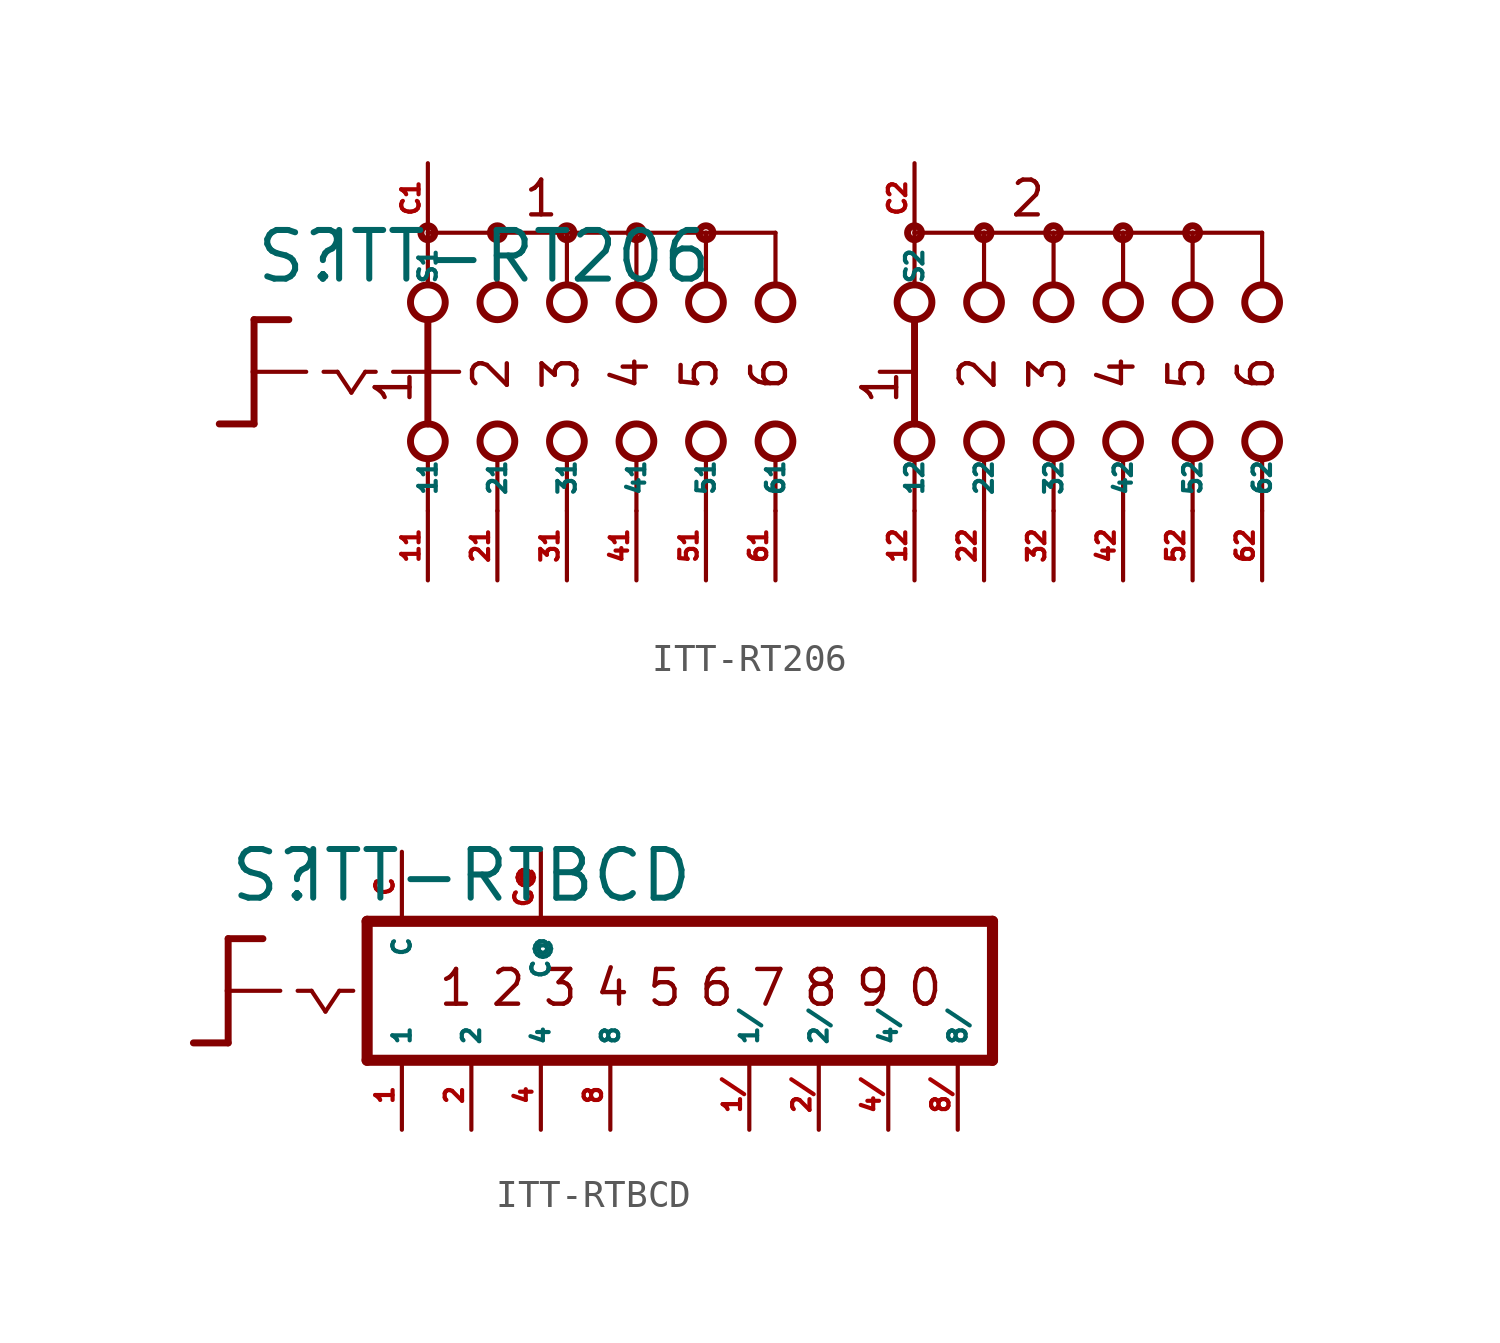
<source format=kicad_sym>
(kicad_symbol_lib
  (version 20220914)
  (generator Eagle2Kicad)
  (symbol "ITT-RT206"
    (property "Reference" "S"
      (at -19.05 3.175 0)
      (effects (font (size 1.778 1.778) (thickness 0.22)) (justify left bottom)))
    (property "Value" "ITT-RT206"
      (at -16.51 3.175 0)
      (effects (font (size 1.778 1.778) (thickness 0.22)) (justify left bottom)))
    (polyline
      (pts (xy -19.05 1.905) (xy -17.78 1.905))
      (stroke (width 0.254) (type default))
      (fill (type none)))
    (polyline
      (pts (xy -19.05 1.905) (xy -19.05 0))
      (stroke (width 0.254) (type default))
      (fill (type none)))
    (polyline
      (pts (xy -19.05 -1.905) (xy -20.32 -1.905))
      (stroke (width 0.254) (type default))
      (fill (type none)))
    (polyline
      (pts (xy -19.05 0) (xy -17.145 0))
      (stroke (width 0.152) (type default))
      (fill (type none)))
    (polyline
      (pts (xy -19.05 0) (xy -19.05 -1.905))
      (stroke (width 0.254) (type default))
      (fill (type none)))
    (polyline
      (pts (xy -16.51 0) (xy -16.002 0))
      (stroke (width 0.152) (type default))
      (fill (type none)))
    (polyline
      (pts (xy -14.986 0) (xy -14.605 0))
      (stroke (width 0.152) (type default))
      (fill (type none)))
    (polyline
      (pts (xy -16.002 0) (xy -15.494 -0.762))
      (stroke (width 0.152) (type default))
      (fill (type none)))
    (polyline
      (pts (xy -15.494 -0.762) (xy -14.986 0))
      (stroke (width 0.152) (type default))
      (fill (type none)))
    (polyline
      (pts (xy -10.16 3.175) (xy -10.16 5.08))
      (stroke (width 0.152) (type default))
      (fill (type none)))
    (polyline
      (pts (xy -7.62 3.175) (xy -7.62 5.08))
      (stroke (width 0.152) (type default))
      (fill (type none)))
    (polyline
      (pts (xy -5.08 3.175) (xy -5.08 5.08))
      (stroke (width 0.152) (type default))
      (fill (type none)))
    (polyline
      (pts (xy -7.62 5.08) (xy -10.16 5.08))
      (stroke (width 0.152) (type default))
      (fill (type none)))
    (polyline
      (pts (xy -7.62 5.08) (xy -5.08 5.08))
      (stroke (width 0.152) (type default))
      (fill (type none)))
    (polyline
      (pts (xy -2.54 3.175) (xy -2.54 5.08))
      (stroke (width 0.152) (type default))
      (fill (type none)))
    (polyline
      (pts (xy 0 3.175) (xy 0 5.08))
      (stroke (width 0.152) (type default))
      (fill (type none)))
    (polyline
      (pts (xy -5.08 5.08) (xy -2.54 5.08))
      (stroke (width 0.152) (type default))
      (fill (type none)))
    (polyline
      (pts (xy -2.54 5.08) (xy 0 5.08))
      (stroke (width 0.152) (type default))
      (fill (type none)))
    (polyline
      (pts (xy -12.7 5.08) (xy -12.7 3.175))
      (stroke (width 0.152) (type default))
      (fill (type none)))
    (polyline
      (pts (xy -10.16 5.08) (xy -12.7 5.08))
      (stroke (width 0.152) (type default))
      (fill (type none)))
    (polyline
      (pts (xy 5.08 3.175) (xy 5.08 5.08))
      (stroke (width 0.152) (type default))
      (fill (type none)))
    (polyline
      (pts (xy 5.08 -5.08) (xy 5.08 -3.175))
      (stroke (width 0.152) (type default))
      (fill (type none)))
    (polyline
      (pts (xy 7.62 3.175) (xy 7.62 5.08))
      (stroke (width 0.152) (type default))
      (fill (type none)))
    (polyline
      (pts (xy 10.16 3.175) (xy 10.16 5.08))
      (stroke (width 0.152) (type default))
      (fill (type none)))
    (polyline
      (pts (xy 12.7 3.175) (xy 12.7 5.08))
      (stroke (width 0.152) (type default))
      (fill (type none)))
    (polyline
      (pts (xy 15.24 3.175) (xy 15.24 5.08))
      (stroke (width 0.152) (type default))
      (fill (type none)))
    (polyline
      (pts (xy 17.78 3.175) (xy 17.78 5.08))
      (stroke (width 0.152) (type default))
      (fill (type none)))
    (polyline
      (pts (xy 5.08 5.08) (xy 7.62 5.08))
      (stroke (width 0.152) (type default))
      (fill (type none)))
    (polyline
      (pts (xy 7.62 5.08) (xy 10.16 5.08))
      (stroke (width 0.152) (type default))
      (fill (type none)))
    (polyline
      (pts (xy 10.16 5.08) (xy 12.7 5.08))
      (stroke (width 0.152) (type default))
      (fill (type none)))
    (polyline
      (pts (xy 12.7 5.08) (xy 15.24 5.08))
      (stroke (width 0.152) (type default))
      (fill (type none)))
    (polyline
      (pts (xy 15.24 5.08) (xy 17.78 5.08))
      (stroke (width 0.152) (type default))
      (fill (type none)))
    (polyline
      (pts (xy 7.62 -5.08) (xy 7.62 -3.175))
      (stroke (width 0.152) (type default))
      (fill (type none)))
    (polyline
      (pts (xy 10.16 -5.08) (xy 10.16 -3.175))
      (stroke (width 0.152) (type default))
      (fill (type none)))
    (polyline
      (pts (xy 12.7 -5.08) (xy 12.7 -3.175))
      (stroke (width 0.152) (type default))
      (fill (type none)))
    (polyline
      (pts (xy 15.24 -5.08) (xy 15.24 -3.175))
      (stroke (width 0.152) (type default))
      (fill (type none)))
    (polyline
      (pts (xy 17.78 -5.08) (xy 17.78 -3.175))
      (stroke (width 0.152) (type default))
      (fill (type none)))
    (polyline
      (pts (xy 5.08 1.905) (xy 5.08 -1.905))
      (stroke (width 0.254) (type default))
      (fill (type none)))
    (polyline
      (pts (xy 3.81 0) (xy 4.953 0))
      (stroke (width 0.152) (type default))
      (fill (type none)))
    (polyline
      (pts (xy -13.97 0) (xy -12.827 0))
      (stroke (width 0.152) (type default))
      (fill (type none)))
    (polyline
      (pts (xy -10.16 -5.08) (xy -10.16 -3.175))
      (stroke (width 0.152) (type default))
      (fill (type none)))
    (polyline
      (pts (xy -7.62 -5.08) (xy -7.62 -3.175))
      (stroke (width 0.152) (type default))
      (fill (type none)))
    (polyline
      (pts (xy -5.08 -5.08) (xy -5.08 -3.175))
      (stroke (width 0.152) (type default))
      (fill (type none)))
    (polyline
      (pts (xy -2.54 -5.08) (xy -2.54 -3.175))
      (stroke (width 0.152) (type default))
      (fill (type none)))
    (polyline
      (pts (xy 0 -5.08) (xy 0 -3.175))
      (stroke (width 0.152) (type default))
      (fill (type none)))
    (polyline
      (pts (xy -12.7 1.905) (xy -12.7 0))
      (stroke (width 0.254) (type default))
      (fill (type none)))
    (polyline
      (pts (xy -12.7 -3.175) (xy -12.7 -5.08))
      (stroke (width 0.152) (type default))
      (fill (type none)))
    (polyline
      (pts (xy -12.7 0) (xy -11.557 0))
      (stroke (width 0.152) (type default))
      (fill (type none)))
    (polyline
      (pts (xy -12.7 0) (xy -12.7 -1.905))
      (stroke (width 0.254) (type default))
      (fill (type none)))
    (text "2"
      (at 8.128 -0.762 900)
      (effects (font (size 1.27 1.27) (thickness 0.16)) (justify left bottom)))
    (text "3"
      (at 10.668 -0.762 900)
      (effects (font (size 1.27 1.27) (thickness 0.16)) (justify left bottom)))
    (text "4"
      (at 13.208 -0.762 900)
      (effects (font (size 1.27 1.27) (thickness 0.16)) (justify left bottom)))
    (text "5"
      (at 15.748 -0.762 900)
      (effects (font (size 1.27 1.27) (thickness 0.16)) (justify left bottom)))
    (text "6"
      (at 18.288 -0.762 900)
      (effects (font (size 1.27 1.27) (thickness 0.16)) (justify left bottom)))
    (text "1"
      (at 4.572 -1.27 900)
      (effects (font (size 1.27 1.27) (thickness 0.16)) (justify left bottom)))
    (text "1"
      (at -13.208 -1.27 900)
      (effects (font (size 1.27 1.27) (thickness 0.16)) (justify left bottom)))
    (text "2"
      (at -9.652 -0.762 900)
      (effects (font (size 1.27 1.27) (thickness 0.16)) (justify left bottom)))
    (text "3"
      (at -7.112 -0.762 900)
      (effects (font (size 1.27 1.27) (thickness 0.16)) (justify left bottom)))
    (text "4"
      (at -4.572 -0.762 900)
      (effects (font (size 1.27 1.27) (thickness 0.16)) (justify left bottom)))
    (text "5"
      (at -2.032 -0.762 900)
      (effects (font (size 1.27 1.27) (thickness 0.16)) (justify left bottom)))
    (text "6"
      (at 0.508 -0.762 900)
      (effects (font (size 1.27 1.27) (thickness 0.16)) (justify left bottom)))
    (text "1 "
      (at -9.271 5.588 0)
      (effects (font (size 1.27 1.27) (thickness 0.16)) (justify left bottom)))
    (text "2 "
      (at 8.509 5.588 0)
      (effects (font (size 1.27 1.27) (thickness 0.16)) (justify left bottom)))
    (circle
      (center -7.62 5.08)
      (radius 0.254)
      (stroke (width 0.254) (type default))
      (fill (type none)))
    (circle
      (center -5.08 5.08)
      (radius 0.254)
      (stroke (width 0.254) (type default))
      (fill (type none)))
    (circle
      (center -12.7 5.08)
      (radius 0.254)
      (stroke (width 0.254) (type default))
      (fill (type none)))
    (circle
      (center -10.16 5.08)
      (radius 0.254)
      (stroke (width 0.254) (type default))
      (fill (type none)))
    (circle
      (center -12.7 2.54)
      (radius 0.635)
      (stroke (width 0.254) (type default))
      (fill (type none)))
    (circle
      (center -10.16 2.54)
      (radius 0.635)
      (stroke (width 0.254) (type default))
      (fill (type none)))
    (circle
      (center -7.62 2.54)
      (radius 0.635)
      (stroke (width 0.254) (type default))
      (fill (type none)))
    (circle
      (center -2.54 5.08)
      (radius 0.254)
      (stroke (width 0.254) (type default))
      (fill (type none)))
    (circle
      (center -5.08 2.54)
      (radius 0.635)
      (stroke (width 0.254) (type default))
      (fill (type none)))
    (circle
      (center -2.54 2.54)
      (radius 0.635)
      (stroke (width 0.254) (type default))
      (fill (type none)))
    (circle
      (center 0 2.54)
      (radius 0.635)
      (stroke (width 0.254) (type default))
      (fill (type none)))
    (circle
      (center 5.08 5.08)
      (radius 0.254)
      (stroke (width 0.254) (type default))
      (fill (type none)))
    (circle
      (center 5.08 2.54)
      (radius 0.635)
      (stroke (width 0.254) (type default))
      (fill (type none)))
    (circle
      (center 5.08 -2.54)
      (radius 0.635)
      (stroke (width 0.254) (type default))
      (fill (type none)))
    (circle
      (center 7.62 2.54)
      (radius 0.635)
      (stroke (width 0.254) (type default))
      (fill (type none)))
    (circle
      (center 10.16 2.54)
      (radius 0.635)
      (stroke (width 0.254) (type default))
      (fill (type none)))
    (circle
      (center 12.7 2.54)
      (radius 0.635)
      (stroke (width 0.254) (type default))
      (fill (type none)))
    (circle
      (center 15.24 2.54)
      (radius 0.635)
      (stroke (width 0.254) (type default))
      (fill (type none)))
    (circle
      (center 17.78 2.54)
      (radius 0.635)
      (stroke (width 0.254) (type default))
      (fill (type none)))
    (circle
      (center 7.62 5.08)
      (radius 0.254)
      (stroke (width 0.254) (type default))
      (fill (type none)))
    (circle
      (center 10.16 5.08)
      (radius 0.254)
      (stroke (width 0.254) (type default))
      (fill (type none)))
    (circle
      (center 12.7 5.08)
      (radius 0.254)
      (stroke (width 0.254) (type default))
      (fill (type none)))
    (circle
      (center 15.24 5.08)
      (radius 0.254)
      (stroke (width 0.254) (type default))
      (fill (type none)))
    (circle
      (center 7.62 -2.54)
      (radius 0.635)
      (stroke (width 0.254) (type default))
      (fill (type none)))
    (circle
      (center 10.16 -2.54)
      (radius 0.635)
      (stroke (width 0.254) (type default))
      (fill (type none)))
    (circle
      (center 12.7 -2.54)
      (radius 0.635)
      (stroke (width 0.254) (type default))
      (fill (type none)))
    (circle
      (center 15.24 -2.54)
      (radius 0.635)
      (stroke (width 0.254) (type default))
      (fill (type none)))
    (circle
      (center 17.78 -2.54)
      (radius 0.635)
      (stroke (width 0.254) (type default))
      (fill (type none)))
    (circle
      (center -12.7 -2.54)
      (radius 0.635)
      (stroke (width 0.254) (type default))
      (fill (type none)))
    (circle
      (center -10.16 -2.54)
      (radius 0.635)
      (stroke (width 0.254) (type default))
      (fill (type none)))
    (circle
      (center -7.62 -2.54)
      (radius 0.635)
      (stroke (width 0.254) (type default))
      (fill (type none)))
    (circle
      (center -5.08 -2.54)
      (radius 0.635)
      (stroke (width 0.254) (type default))
      (fill (type none)))
    (circle
      (center -2.54 -2.54)
      (radius 0.635)
      (stroke (width 0.254) (type default))
      (fill (type none)))
    (circle
      (center 0 -2.54)
      (radius 0.635)
      (stroke (width 0.254) (type default))
      (fill (type none)))
    (pin passive line
      (at -12.7 -7.62 90)
      (length 2.54)
      (name "11" (effects (font (size 0.635 0.635) (thickness 0.08)) (justify left bottom)))
      (number "11" (effects (font (size 0.635 0.635) (thickness 0.08)) (justify left bottom))))
    (pin passive line
      (at -12.7 7.62 270)
      (length 2.54)
      (name "S1" (effects (font (size 0.635 0.635) (thickness 0.08)) (justify left bottom)))
      (number "C1" (effects (font (size 0.635 0.635) (thickness 0.08)) (justify left bottom))))
    (pin passive line
      (at -10.16 -7.62 90)
      (length 2.54)
      (name "21" (effects (font (size 0.635 0.635) (thickness 0.08)) (justify left bottom)))
      (number "21" (effects (font (size 0.635 0.635) (thickness 0.08)) (justify left bottom))))
    (pin passive line
      (at -7.62 -7.62 90)
      (length 2.54)
      (name "31" (effects (font (size 0.635 0.635) (thickness 0.08)) (justify left bottom)))
      (number "31" (effects (font (size 0.635 0.635) (thickness 0.08)) (justify left bottom))))
    (pin passive line
      (at -5.08 -7.62 90)
      (length 2.54)
      (name "41" (effects (font (size 0.635 0.635) (thickness 0.08)) (justify left bottom)))
      (number "41" (effects (font (size 0.635 0.635) (thickness 0.08)) (justify left bottom))))
    (pin passive line
      (at -2.54 -7.62 90)
      (length 2.54)
      (name "51" (effects (font (size 0.635 0.635) (thickness 0.08)) (justify left bottom)))
      (number "51" (effects (font (size 0.635 0.635) (thickness 0.08)) (justify left bottom))))
    (pin passive line
      (at 0 -7.62 90)
      (length 2.54)
      (name "61" (effects (font (size 0.635 0.635) (thickness 0.08)) (justify left bottom)))
      (number "61" (effects (font (size 0.635 0.635) (thickness 0.08)) (justify left bottom))))
    (pin passive line
      (at 5.08 -7.62 90)
      (length 2.54)
      (name "12" (effects (font (size 0.635 0.635) (thickness 0.08)) (justify left bottom)))
      (number "12" (effects (font (size 0.635 0.635) (thickness 0.08)) (justify left bottom))))
    (pin passive line
      (at 7.62 -7.62 90)
      (length 2.54)
      (name "22" (effects (font (size 0.635 0.635) (thickness 0.08)) (justify left bottom)))
      (number "22" (effects (font (size 0.635 0.635) (thickness 0.08)) (justify left bottom))))
    (pin passive line
      (at 10.16 -7.62 90)
      (length 2.54)
      (name "32" (effects (font (size 0.635 0.635) (thickness 0.08)) (justify left bottom)))
      (number "32" (effects (font (size 0.635 0.635) (thickness 0.08)) (justify left bottom))))
    (pin passive line
      (at 12.7 -7.62 90)
      (length 2.54)
      (name "42" (effects (font (size 0.635 0.635) (thickness 0.08)) (justify left bottom)))
      (number "42" (effects (font (size 0.635 0.635) (thickness 0.08)) (justify left bottom))))
    (pin passive line
      (at 15.24 -7.62 90)
      (length 2.54)
      (name "52" (effects (font (size 0.635 0.635) (thickness 0.08)) (justify left bottom)))
      (number "52" (effects (font (size 0.635 0.635) (thickness 0.08)) (justify left bottom))))
    (pin passive line
      (at 17.78 -7.62 90)
      (length 2.54)
      (name "62" (effects (font (size 0.635 0.635) (thickness 0.08)) (justify left bottom)))
      (number "62" (effects (font (size 0.635 0.635) (thickness 0.08)) (justify left bottom))))
    (pin passive line
      (at 5.08 7.62 270)
      (length 2.54)
      (name "S2" (effects (font (size 0.635 0.635) (thickness 0.08)) (justify left bottom)))
      (number "C2" (effects (font (size 0.635 0.635) (thickness 0.08)) (justify left bottom)))))
  (symbol "ITT-RTBCD"
    (property "Reference" "S"
      (at -3.81 3.175 0)
      (effects (font (size 1.778 1.778) (thickness 0.22)) (justify left bottom)))
    (property "Value" "ITT-RTBCD"
      (at -1.27 3.175 0)
      (effects (font (size 1.778 1.778) (thickness 0.22)) (justify left bottom)))
    (polyline
      (pts (xy -3.81 1.905) (xy -2.54 1.905))
      (stroke (width 0.254) (type default))
      (fill (type none)))
    (polyline
      (pts (xy -3.81 1.905) (xy -3.81 0))
      (stroke (width 0.254) (type default))
      (fill (type none)))
    (polyline
      (pts (xy -3.81 -1.905) (xy -5.08 -1.905))
      (stroke (width 0.254) (type default))
      (fill (type none)))
    (polyline
      (pts (xy -3.81 0) (xy -1.905 0))
      (stroke (width 0.152) (type default))
      (fill (type none)))
    (polyline
      (pts (xy -3.81 0) (xy -3.81 -1.905))
      (stroke (width 0.254) (type default))
      (fill (type none)))
    (polyline
      (pts (xy -1.27 0) (xy -0.762 0))
      (stroke (width 0.152) (type default))
      (fill (type none)))
    (polyline
      (pts (xy 0.254 0) (xy 0.762 0))
      (stroke (width 0.152) (type default))
      (fill (type none)))
    (polyline
      (pts (xy -0.762 0) (xy -0.254 -0.762))
      (stroke (width 0.152) (type default))
      (fill (type none)))
    (polyline
      (pts (xy -0.254 -0.762) (xy 0.254 0))
      (stroke (width 0.152) (type default))
      (fill (type none)))
    (polyline
      (pts (xy 24.13 -2.54) (xy 24.13 2.54))
      (stroke (width 0.406) (type default))
      (fill (type none)))
    (polyline
      (pts (xy 1.27 2.54) (xy 1.27 -2.54))
      (stroke (width 0.406) (type default))
      (fill (type none)))
    (polyline
      (pts (xy 24.13 -2.54) (xy 1.27 -2.54))
      (stroke (width 0.406) (type default))
      (fill (type none)))
    (polyline
      (pts (xy 1.27 2.54) (xy 24.13 2.54))
      (stroke (width 0.406) (type default))
      (fill (type none)))
    (text "2"
      (at 5.715 -0.635 0)
      (effects (font (size 1.27 1.27) (thickness 0.16)) (justify left bottom)))
    (text "3"
      (at 7.62 -0.635 0)
      (effects (font (size 1.27 1.27) (thickness 0.16)) (justify left bottom)))
    (text "4"
      (at 9.525 -0.635 0)
      (effects (font (size 1.27 1.27) (thickness 0.16)) (justify left bottom)))
    (text "5"
      (at 11.43 -0.635 0)
      (effects (font (size 1.27 1.27) (thickness 0.16)) (justify left bottom)))
    (text "6"
      (at 13.335 -0.635 0)
      (effects (font (size 1.27 1.27) (thickness 0.16)) (justify left bottom)))
    (text "7"
      (at 15.24 -0.635 0)
      (effects (font (size 1.27 1.27) (thickness 0.16)) (justify left bottom)))
    (text "8"
      (at 17.145 -0.635 0)
      (effects (font (size 1.27 1.27) (thickness 0.16)) (justify left bottom)))
    (text "1"
      (at 3.81 -0.635 0)
      (effects (font (size 1.27 1.27) (thickness 0.16)) (justify left bottom)))
    (text "9"
      (at 19.05 -0.635 0)
      (effects (font (size 1.27 1.27) (thickness 0.16)) (justify left bottom)))
    (text "0"
      (at 20.955 -0.635 0)
      (effects (font (size 1.27 1.27) (thickness 0.16)) (justify left bottom)))
    (pin passive line
      (at 2.54 -5.08 90)
      (length 2.54)
      (name "1" (effects (font (size 0.635 0.635) (thickness 0.08)) (justify left bottom)))
      (number "1" (effects (font (size 0.635 0.635) (thickness 0.08)) (justify left bottom))))
    (pin passive line
      (at 2.54 5.08 270)
      (length 2.54)
      (name "C" (effects (font (size 0.635 0.635) (thickness 0.08)) (justify left bottom)))
      (number "C" (effects (font (size 0.635 0.635) (thickness 0.08)) (justify left bottom))))
    (pin passive line
      (at 15.24 -5.08 90)
      (length 2.54)
      (name "1/" (effects (font (size 0.635 0.635) (thickness 0.08)) (justify left bottom)))
      (number "1/" (effects (font (size 0.635 0.635) (thickness 0.08)) (justify left bottom))))
    (pin passive line
      (at 5.08 -5.08 90)
      (length 2.54)
      (name "2" (effects (font (size 0.635 0.635) (thickness 0.08)) (justify left bottom)))
      (number "2" (effects (font (size 0.635 0.635) (thickness 0.08)) (justify left bottom))))
    (pin passive line
      (at 17.78 -5.08 90)
      (length 2.54)
      (name "2/" (effects (font (size 0.635 0.635) (thickness 0.08)) (justify left bottom)))
      (number "2/" (effects (font (size 0.635 0.635) (thickness 0.08)) (justify left bottom))))
    (pin passive line
      (at 7.62 -5.08 90)
      (length 2.54)
      (name "4" (effects (font (size 0.635 0.635) (thickness 0.08)) (justify left bottom)))
      (number "4" (effects (font (size 0.635 0.635) (thickness 0.08)) (justify left bottom))))
    (pin passive line
      (at 20.32 -5.08 90)
      (length 2.54)
      (name "4/" (effects (font (size 0.635 0.635) (thickness 0.08)) (justify left bottom)))
      (number "4/" (effects (font (size 0.635 0.635) (thickness 0.08)) (justify left bottom))))
    (pin passive line
      (at 10.16 -5.08 90)
      (length 2.54)
      (name "8" (effects (font (size 0.635 0.635) (thickness 0.08)) (justify left bottom)))
      (number "8" (effects (font (size 0.635 0.635) (thickness 0.08)) (justify left bottom))))
    (pin passive line
      (at 22.86 -5.08 90)
      (length 2.54)
      (name "8/" (effects (font (size 0.635 0.635) (thickness 0.08)) (justify left bottom)))
      (number "8/" (effects (font (size 0.635 0.635) (thickness 0.08)) (justify left bottom))))
    (pin passive line
      (at 7.62 5.08 270)
      (length 2.54)
      (name "C@" (effects (font (size 0.635 0.635) (thickness 0.08)) (justify left bottom)))
      (number "C@" (effects (font (size 0.635 0.635) (thickness 0.08)) (justify left bottom))))))
</source>
